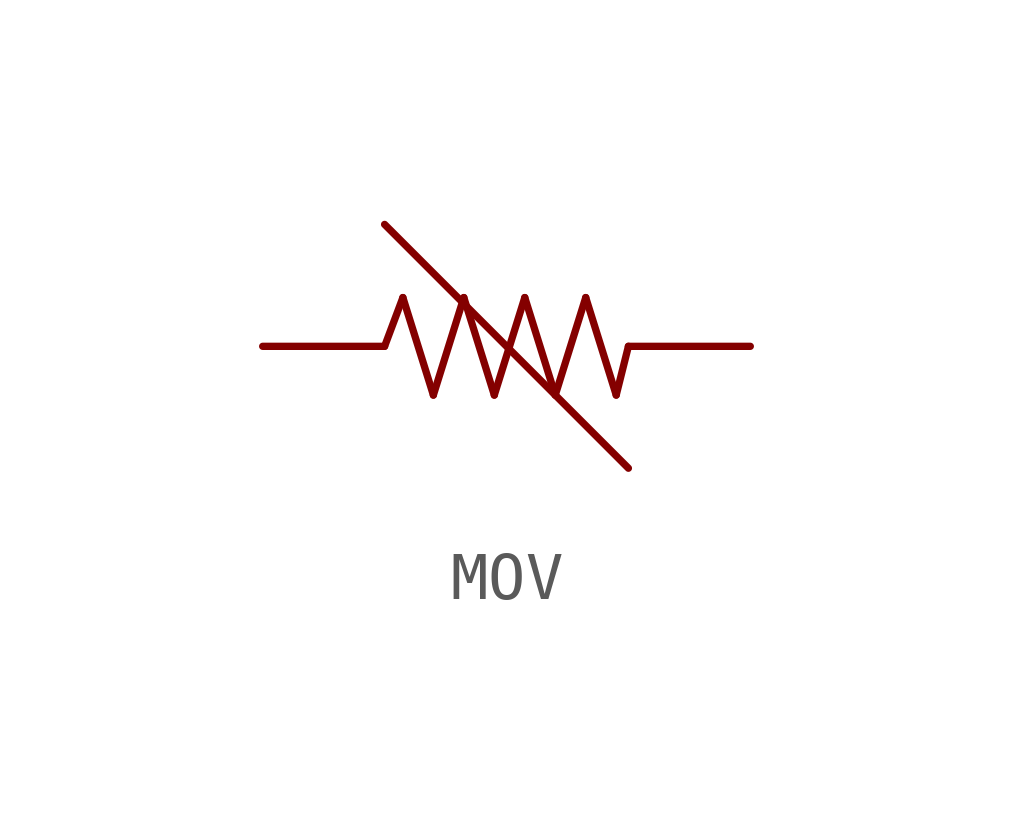
<source format=kicad_sym>
(kicad_symbol_lib
  (version 20231120)
  (generator "kicad_symbol_editor")
  (generator_version "8.0")
  (symbol "MOV"
    (property "Reference" ""
      (at -29.21 9.119 0)
      (effects (font (size 1.778 1.511)) (justify left bottom) (hide yes)))
    (property "Value" ""
      (at -29.21 4.318 0)
      (effects (font (size 1.778 1.511)) (justify left bottom)))
    (property "ki_locked" ""
      (at 0 0 0)
      (effects (font (size 1.27 1.27))))
    (symbol "MOV_1_0"
      (polyline (pts (xy -27.94 7.62) (xy -27.559 8.636)) (stroke (width 0.152) (type solid)) (fill (type none)))
      (polyline (pts (xy -27.94 10.16) (xy -22.86 5.08)) (stroke (width 0.152) (type solid)) (fill (type none)))
      (polyline (pts (xy -27.559 8.636) (xy -26.924 6.604)) (stroke (width 0.152) (type solid)) (fill (type none)))
      (polyline (pts (xy -26.924 6.604) (xy -26.289 8.636)) (stroke (width 0.152) (type solid)) (fill (type none)))
      (polyline (pts (xy -26.289 8.636) (xy -25.654 6.604)) (stroke (width 0.152) (type solid)) (fill (type none)))
      (polyline (pts (xy -25.654 6.604) (xy -25.019 8.636)) (stroke (width 0.152) (type solid)) (fill (type none)))
      (polyline (pts (xy -25.019 8.636) (xy -24.384 6.604)) (stroke (width 0.152) (type solid)) (fill (type none)))
      (polyline (pts (xy -24.384 6.604) (xy -23.749 8.636)) (stroke (width 0.152) (type solid)) (fill (type none)))
      (polyline (pts (xy -23.749 8.636) (xy -23.114 6.604)) (stroke (width 0.152) (type solid)) (fill (type none)))
      (polyline (pts (xy -23.114 6.604) (xy -22.86 7.62)) (stroke (width 0.152) (type solid)) (fill (type none)))
      (pin passive line (at -30.48 7.62 0) (length 2.54) (name "1" (effects (font (size 0 0)))) (number "P$1" (effects (font (size 0 0)))))
      (pin passive line (at -20.32 7.62 180) (length 2.54) (name "2" (effects (font (size 0 0)))) (number "P$2" (effects (font (size 0 0))))))))
</source>
